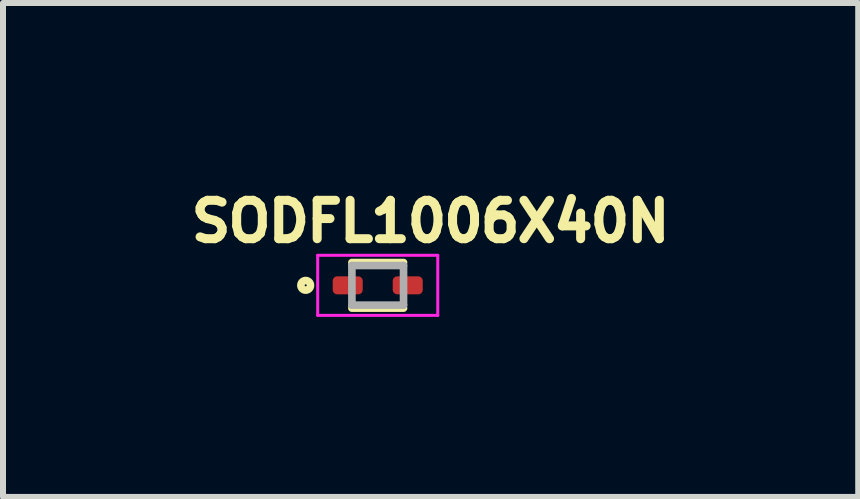
<source format=kicad_pcb>
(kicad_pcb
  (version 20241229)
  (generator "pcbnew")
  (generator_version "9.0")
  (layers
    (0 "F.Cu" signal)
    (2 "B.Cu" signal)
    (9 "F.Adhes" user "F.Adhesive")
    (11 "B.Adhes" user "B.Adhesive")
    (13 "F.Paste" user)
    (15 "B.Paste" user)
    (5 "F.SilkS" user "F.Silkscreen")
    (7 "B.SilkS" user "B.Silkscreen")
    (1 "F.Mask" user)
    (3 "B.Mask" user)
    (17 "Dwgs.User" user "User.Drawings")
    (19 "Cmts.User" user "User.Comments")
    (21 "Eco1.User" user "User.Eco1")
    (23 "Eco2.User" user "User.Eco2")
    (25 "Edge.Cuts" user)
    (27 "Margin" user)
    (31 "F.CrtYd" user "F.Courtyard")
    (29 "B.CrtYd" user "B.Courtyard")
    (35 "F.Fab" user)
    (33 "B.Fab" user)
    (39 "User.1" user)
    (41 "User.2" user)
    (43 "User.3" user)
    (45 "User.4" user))
  (footprint "SODFL1006X40N"
    (layer "F.Cu")
    (at 3.242 1.703)
    (property "Reference" "SODFL1006X40N" (at 0.881 -1.065 0) (layer "F.SilkS") (effects (font (size 0.64 0.64) (thickness 0.15))))
    (attr smd)
    (fp_line (start -0.43 -0.38) (end 0.43 -0.38) (stroke (width 0.127) (type solid)) (layer "F.SilkS"))
    (fp_line (start 0.43 0.38) (end -0.43 0.38) (stroke (width 0.127) (type solid)) (layer "F.SilkS"))
    (fp_circle (center -1.2 0) (end -1.12 0) (stroke (width 0.127) (type solid)) (fill no) (layer "F.SilkS"))
    (fp_line (start -1 -0.5) (end 1 -0.5) (stroke (width 0.05) (type solid)) (layer "F.CrtYd"))
    (fp_line (start -1 0.5) (end -1 -0.5) (stroke (width 0.05) (type solid)) (layer "F.CrtYd"))
    (fp_line (start 1 -0.5) (end 1 0.5) (stroke (width 0.05) (type solid)) (layer "F.CrtYd"))
    (fp_line (start 1 0.5) (end -1 0.5) (stroke (width 0.05) (type solid)) (layer "F.CrtYd"))
    (fp_line (start -0.43 -0.33) (end 0.43 -0.33) (stroke (width 0.127) (type solid)) (layer "F.Fab"))
    (fp_line (start -0.43 0.33) (end -0.43 -0.33) (stroke (width 0.127) (type solid)) (layer "F.Fab"))
    (fp_line (start 0.43 -0.33) (end 0.43 0.33) (stroke (width 0.127) (type solid)) (layer "F.Fab"))
    (fp_line (start 0.43 0.33) (end -0.43 0.33) (stroke (width 0.127) (type solid)) (layer "F.Fab"))
    (pad "1" smd roundrect (at -0.5 0) (size 0.5 0.3) (layers "F.Cu" "F.Mask" "F.Paste") (roundrect_rratio 0.25))
    (pad "2" smd roundrect (at 0.5 0) (size 0.5 0.3) (layers "F.Cu" "F.Mask" "F.Paste") (roundrect_rratio 0.25)))
  (gr_rect
    (start -3 -3)
    (end 11.246 5.228)
    (stroke (width 0.1) (type default))
    (fill no)
    (layer "Edge.Cuts")))
</source>
